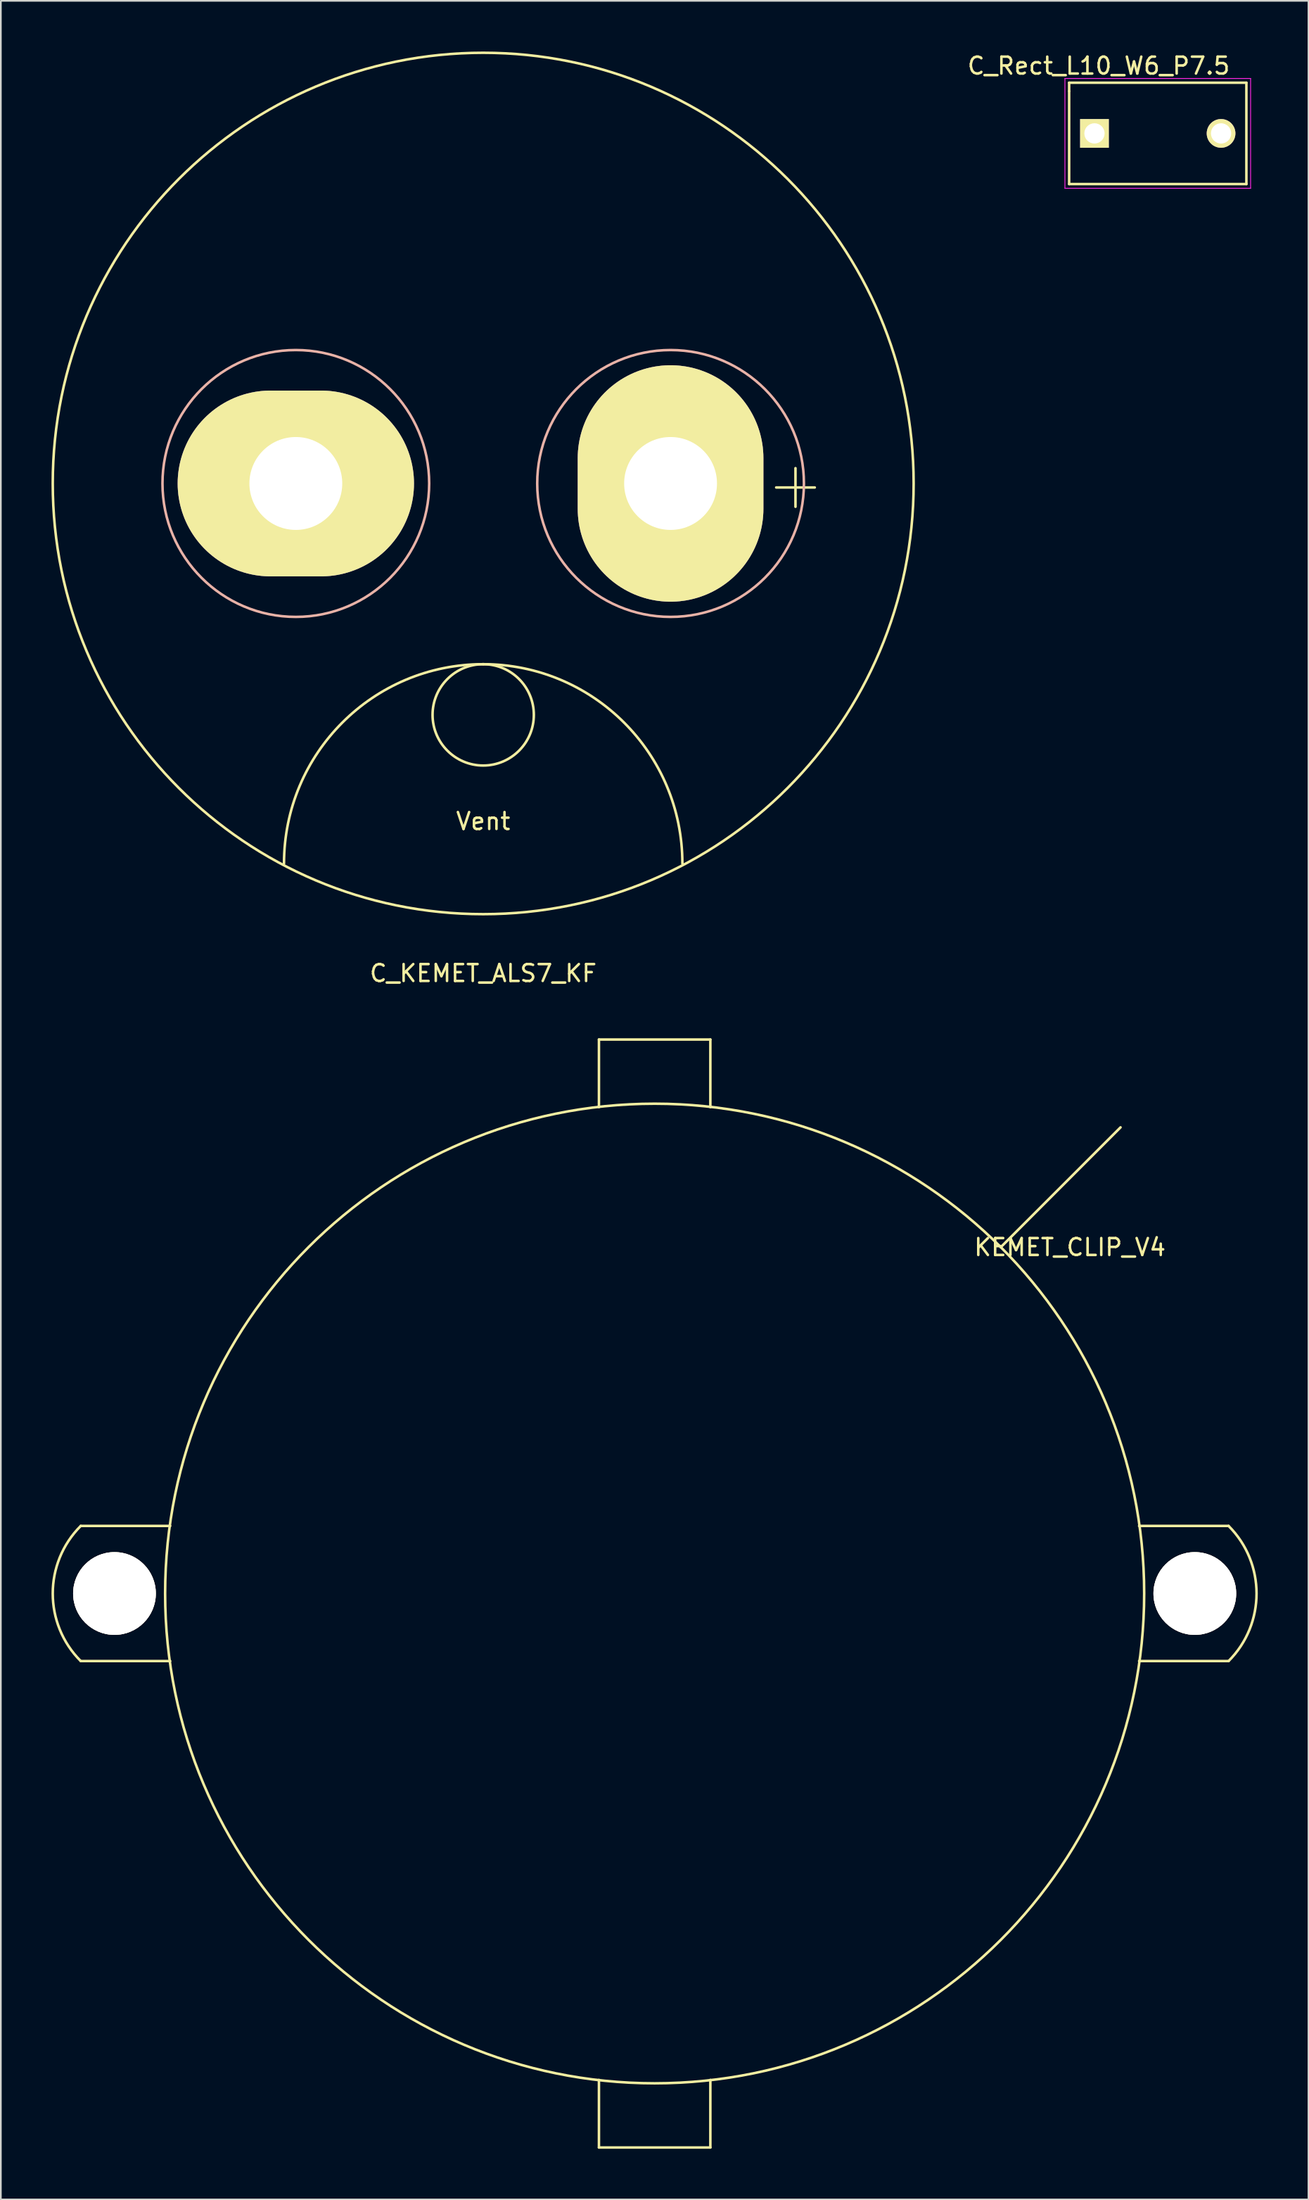
<source format=kicad_pcb>
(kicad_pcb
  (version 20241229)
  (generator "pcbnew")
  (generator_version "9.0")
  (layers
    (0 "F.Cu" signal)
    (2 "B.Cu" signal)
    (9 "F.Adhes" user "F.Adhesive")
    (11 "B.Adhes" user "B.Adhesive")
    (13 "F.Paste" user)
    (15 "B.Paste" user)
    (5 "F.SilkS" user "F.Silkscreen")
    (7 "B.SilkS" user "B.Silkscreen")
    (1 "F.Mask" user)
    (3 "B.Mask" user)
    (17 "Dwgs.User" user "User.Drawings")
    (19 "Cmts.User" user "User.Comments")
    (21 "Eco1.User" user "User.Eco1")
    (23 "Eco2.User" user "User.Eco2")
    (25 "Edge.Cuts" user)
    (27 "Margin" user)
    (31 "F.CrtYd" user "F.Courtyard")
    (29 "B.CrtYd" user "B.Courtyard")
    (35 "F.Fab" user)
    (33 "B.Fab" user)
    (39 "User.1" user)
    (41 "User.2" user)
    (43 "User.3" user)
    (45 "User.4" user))
  (footprint "C_Rect_L10_W6_P7.5"
    (layer "F.Cu")
    (at 61.787 4.848)
    (property "Reference" "C_Rect_L10_W6_P7.5" (at 0.25 -4 0) (layer "F.SilkS") (effects (font (size 1 1) (thickness 0.15))))
    (attr through_hole)
    (fp_line (start -1.5 -3) (end -1.5 3) (stroke (width 0.15) (type solid)) (layer "F.SilkS"))
    (fp_line (start -1.5 -2.5) (end -1.5 -2.5) (stroke (width 0.15) (type solid)) (layer "F.SilkS"))
    (fp_line (start -1.5 3) (end 9 3) (stroke (width 0.15) (type solid)) (layer "F.SilkS"))
    (fp_line (start 9 -3) (end -1.5 -3) (stroke (width 0.15) (type solid)) (layer "F.SilkS"))
    (fp_line (start 9 3) (end 9 -3) (stroke (width 0.15) (type solid)) (layer "F.SilkS"))
    (fp_line (start -1.75 -3.25) (end 9.25 -3.25) (stroke (width 0.05) (type solid)) (layer "F.CrtYd"))
    (fp_line (start -1.75 3.25) (end -1.75 -3.25) (stroke (width 0.05) (type solid)) (layer "F.CrtYd"))
    (fp_line (start 9.25 -3.25) (end 9.25 3.25) (stroke (width 0.05) (type solid)) (layer "F.CrtYd"))
    (fp_line (start 9.25 3.25) (end -1.75 3.25) (stroke (width 0.05) (type solid)) (layer "F.CrtYd"))
    (pad "1" thru_hole rect (at 0 0) (size 1.7 1.7) (drill 1.2) (layers "*.Cu" "*.Mask" "F.SilkS"))
    (pad "2" thru_hole circle (at 7.5 0) (size 1.7 1.7) (drill 1.2) (layers "*.Cu" "*.Mask" "F.SilkS")))
  (footprint "C_KEMET_ALS7_KF"
    (layer "F.Cu")
    (at 25.575 25.575)
    (property "Reference" "C_KEMET_ALS7_KF" (at 0 29 0) (layer "F.SilkS") (effects (font (size 1 1) (thickness 0.15))))
    (attr through_hole)
    (fp_arc (start -11.8 22.5) (mid -8.34386 14.15614) (end 0 10.7) (stroke (width 0.15) (type solid)) (layer "F.SilkS"))
    (fp_arc (start 0 10.7) (mid 8.34386 14.15614) (end 11.8 22.5) (stroke (width 0.15) (type solid)) (layer "F.SilkS"))
    (fp_circle (center 0 0) (end 25.5 0) (stroke (width 0.15) (type solid)) (fill no) (layer "F.SilkS"))
    (fp_circle (center 0 13.7) (end 0 16.7) (stroke (width 0.15) (type solid)) (fill no) (layer "F.SilkS"))
    (fp_circle (center -11.1 0) (end -19 0) (stroke (width 0.15) (type solid)) (fill no) (layer "B.SilkS"))
    (fp_circle (center 11.1 0) (end 19 0) (stroke (width 0.15) (type solid)) (fill no) (layer "B.SilkS"))
    (fp_text user "+" (at 18.5 0 0) (layer "F.SilkS") (effects (font (size 3 3) (thickness 0.15))))
    (fp_text user "Vent" (at 0 20 0) (layer "F.SilkS") (effects (font (size 1 1) (thickness 0.15))))
    (pad "1" thru_hole oval (at 11.1 0) (size 11 14) (drill 5.5) (layers "*.Cu" "*.Mask" "F.SilkS"))
    (pad "2" thru_hole oval (at -11.1 0) (size 14 11) (drill 5.5) (layers "*.Cu" "*.Mask" "F.SilkS")))
  (footprint "KEMET_CLIP_V4"
    (layer "F.Cu")
    (at 35.732 91.298)
    (property "Reference" "KEMET_CLIP_V4" (at 24.6 -20.5 0) (layer "F.SilkS") (effects (font (size 1 1) (thickness 0.15))))
    (attr through_hole)
    (fp_line (start -34 -4) (end -28.7 -4) (stroke (width 0.15) (type solid)) (layer "F.SilkS"))
    (fp_line (start -34 4) (end -28.7 4) (stroke (width 0.15) (type solid)) (layer "F.SilkS"))
    (fp_line (start -3.3 -32.8) (end -3.3 -28.8) (stroke (width 0.15) (type solid)) (layer "F.SilkS"))
    (fp_line (start -3.3 28.8) (end -3.3 32.8) (stroke (width 0.15) (type solid)) (layer "F.SilkS"))
    (fp_line (start 3.3 -32.8) (end -3.3 -32.8) (stroke (width 0.15) (type solid)) (layer "F.SilkS"))
    (fp_line (start 3.3 -28.8) (end 3.3 -32.8) (stroke (width 0.15) (type solid)) (layer "F.SilkS"))
    (fp_line (start 3.3 28.8) (end 3.3 32.8) (stroke (width 0.15) (type solid)) (layer "F.SilkS"))
    (fp_line (start 3.3 32.8) (end -3.3 32.8) (stroke (width 0.15) (type solid)) (layer "F.SilkS"))
    (fp_line (start 20.5 -20.5) (end 27.6 -27.6) (stroke (width 0.15) (type solid)) (layer "F.SilkS"))
    (fp_line (start 34 -4) (end 28.7 -4) (stroke (width 0.15) (type solid)) (layer "F.SilkS"))
    (fp_line (start 34 4) (end 28.7 4) (stroke (width 0.15) (type solid)) (layer "F.SilkS"))
    (fp_arc (start -34 4) (mid -35.656854 0) (end -34 -4) (stroke (width 0.15) (type solid)) (layer "F.SilkS"))
    (fp_arc (start 34 -4) (mid 35.656854 0) (end 34 4) (stroke (width 0.15) (type solid)) (layer "F.SilkS"))
    (fp_circle (center 0 0) (end 29 0) (stroke (width 0.15) (type solid)) (fill no) (layer "F.SilkS"))
    (pad "~" thru_hole circle (at -32 0) (size 4.9 4.9) (drill 4.9) (layers "*.Cu" "*.Mask" "F.SilkS"))
    (pad "~" thru_hole circle (at 32 0) (size 4.9 4.9) (drill 4.9) (layers "*.Cu" "*.Mask" "F.SilkS")))
  (gr_rect
    (start -3 -3)
    (end 74.464 127.173)
    (stroke (width 0.1) (type default))
    (fill no)
    (layer "Edge.Cuts")))
</source>
